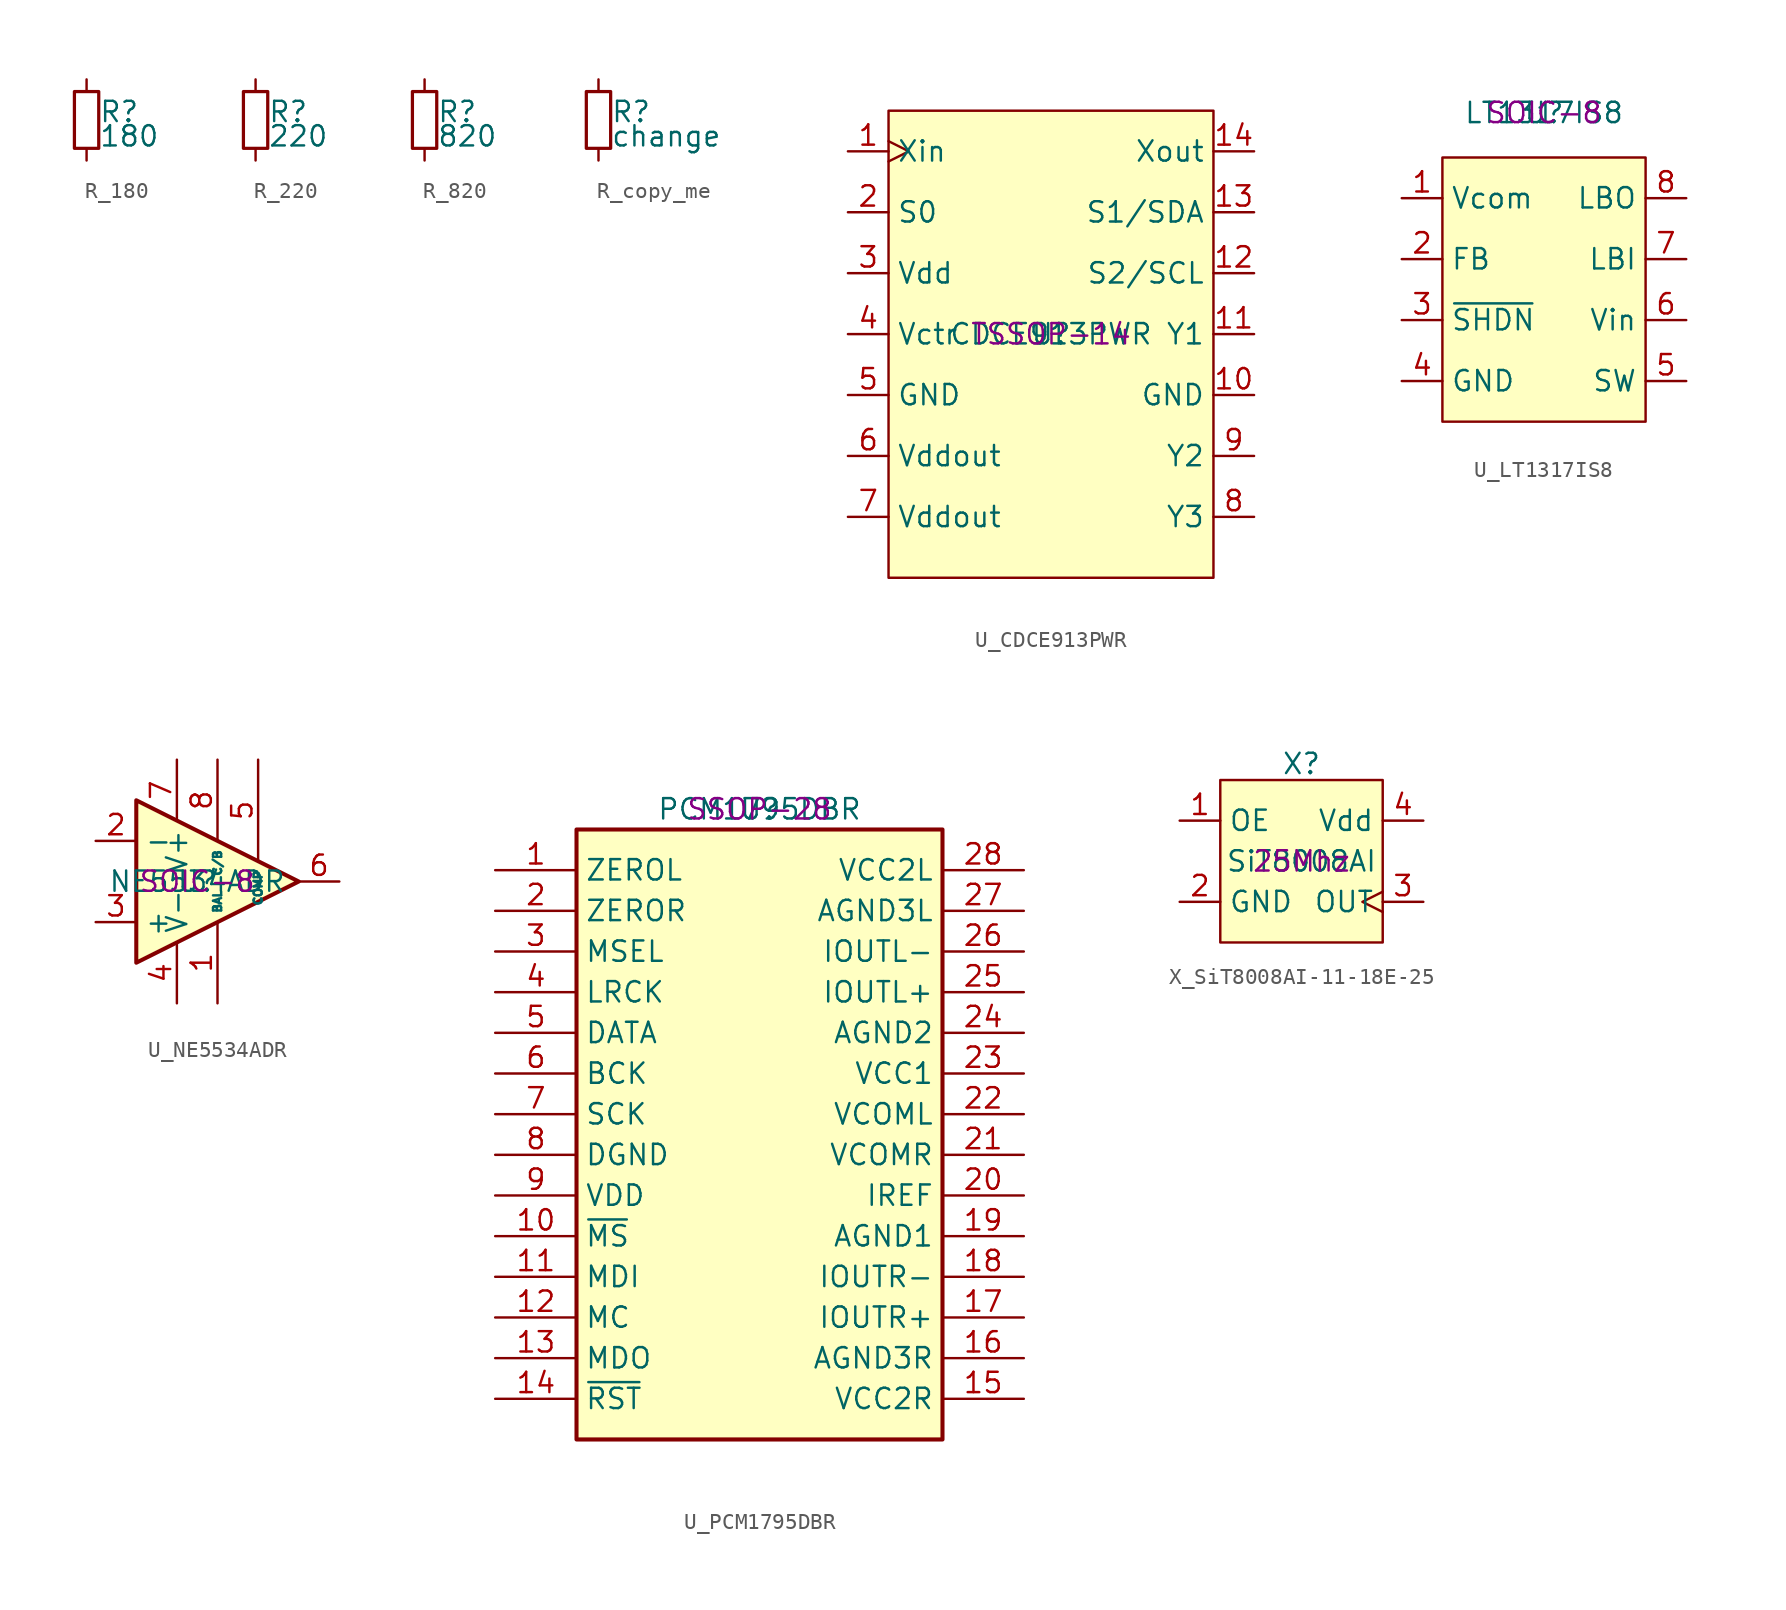
<source format=kicad_sym>
(kicad_symbol_lib
  (version 20241209)
  (generator "kicad_symbol_editor")
  (generator_version "9.0")
  (symbol "R_180"
    (pin_numbers
      (hide yes))
    (pin_names
      (offset 0.254)
      (hide yes))
    (property "Reference" "R"
      (at 0.762 0.508 0)
      (effects (font (size 1.27 1.27)) (justify left)))
    (property "Value" "180"
      (at 0.762 -1.016 0)
      (effects (font (size 1.27 1.27)) (justify left)))
    (symbol "R_180_0_1"
      (rectangle (start -0.762 1.778) (end 0.762 -1.778) (stroke (width 0.203) (type default)) (fill (type none))))
    (symbol "R_180_1_1"
      (pin passive line (at 0 2.54 270) (length 0.762) (name "~" (effects (font (size 1.27 1.27)))) (number "1" (effects (font (size 1.27 1.27)))))
      (pin passive line (at 0 -2.54 90) (length 0.762) (name "~" (effects (font (size 1.27 1.27)))) (number "2" (effects (font (size 1.27 1.27)))))))
  (symbol "R_220"
    (pin_numbers
      (hide yes))
    (pin_names
      (offset 0.254)
      (hide yes))
    (property "Reference" "R"
      (at 0.762 0.508 0)
      (effects (font (size 1.27 1.27)) (justify left)))
    (property "Value" "220"
      (at 0.762 -1.016 0)
      (effects (font (size 1.27 1.27)) (justify left)))
    (symbol "R_220_0_1"
      (rectangle (start -0.762 1.778) (end 0.762 -1.778) (stroke (width 0.203) (type default)) (fill (type none))))
    (symbol "R_220_1_1"
      (pin passive line (at 0 2.54 270) (length 0.762) (name "~" (effects (font (size 1.27 1.27)))) (number "1" (effects (font (size 1.27 1.27)))))
      (pin passive line (at 0 -2.54 90) (length 0.762) (name "~" (effects (font (size 1.27 1.27)))) (number "2" (effects (font (size 1.27 1.27)))))))
  (symbol "R_820"
    (pin_numbers
      (hide yes))
    (pin_names
      (offset 0.254)
      (hide yes))
    (property "Reference" "R"
      (at 0.762 0.508 0)
      (effects (font (size 1.27 1.27)) (justify left)))
    (property "Value" "820"
      (at 0.762 -1.016 0)
      (effects (font (size 1.27 1.27)) (justify left)))
    (symbol "R_820_0_1"
      (rectangle (start -0.762 1.778) (end 0.762 -1.778) (stroke (width 0.203) (type default)) (fill (type none))))
    (symbol "R_820_1_1"
      (pin passive line (at 0 2.54 270) (length 0.762) (name "~" (effects (font (size 1.27 1.27)))) (number "1" (effects (font (size 1.27 1.27)))))
      (pin passive line (at 0 -2.54 90) (length 0.762) (name "~" (effects (font (size 1.27 1.27)))) (number "2" (effects (font (size 1.27 1.27)))))))
  (symbol "R_copy_me"
    (pin_numbers
      (hide yes))
    (pin_names
      (offset 0.254)
      (hide yes))
    (property "Reference" "R"
      (at 0.762 0.508 0)
      (effects (font (size 1.27 1.27)) (justify left)))
    (property "Value" "change"
      (at 0.762 -1.016 0)
      (effects (font (size 1.27 1.27)) (justify left)))
    (symbol "R_copy_me_0_1"
      (rectangle (start -0.762 1.778) (end 0.762 -1.778) (stroke (width 0.203) (type default)) (fill (type none))))
    (symbol "R_copy_me_1_1"
      (pin passive line (at 0 2.54 270) (length 0.762) (name "~" (effects (font (size 1.27 1.27)))) (number "1" (effects (font (size 1.27 1.27)))))
      (pin passive line (at 0 -2.54 90) (length 0.762) (name "~" (effects (font (size 1.27 1.27)))) (number "2" (effects (font (size 1.27 1.27)))))))
  (symbol "U_CDCE913PWR"
    (property "Reference" "U"
      (at 0 0 0)
      (effects (font (size 1.27 1.27))))
    (property "Value" "CDCE913PWR"
      (at 0 0 0)
      (effects (font (size 1.27 1.27))))
    (property "Package" "TSSOP-14"
      (at 0 0 0)
      (effects (font (size 1.27 1.27))))
    (symbol "U_CDCE913PWR_1_1"
      (rectangle (start -10.16 13.97) (end 10.16 -15.24) (stroke (width 0) (type solid)) (fill (type background)))
      (pin input clock (at -12.7 11.43 0) (length 2.54) (name "Xin" (effects (font (size 1.27 1.27)))) (number "1" (effects (font (size 1.27 1.27)))))
      (pin input line (at -12.7 7.62 0) (length 2.54) (name "S0" (effects (font (size 1.27 1.27)))) (number "2" (effects (font (size 1.27 1.27)))))
      (pin power_in line (at -12.7 3.81 0) (length 2.54) (name "Vdd" (effects (font (size 1.27 1.27)))) (number "3" (effects (font (size 1.27 1.27)))))
      (pin input line (at -12.7 0 0) (length 2.54) (name "Vctr" (effects (font (size 1.27 1.27)))) (number "4" (effects (font (size 1.27 1.27)))))
      (pin power_in line (at -12.7 -3.81 0) (length 2.54) (name "GND" (effects (font (size 1.27 1.27)))) (number "5" (effects (font (size 1.27 1.27)))))
      (pin power_in line (at -12.7 -7.62 0) (length 2.54) (name "Vddout" (effects (font (size 1.27 1.27)))) (number "6" (effects (font (size 1.27 1.27)))))
      (pin power_in line (at -12.7 -11.43 0) (length 2.54) (name "Vddout" (effects (font (size 1.27 1.27)))) (number "7" (effects (font (size 1.27 1.27)))))
      (pin output line (at 12.7 11.43 180) (length 2.54) (name "Xout" (effects (font (size 1.27 1.27)))) (number "14" (effects (font (size 1.27 1.27)))))
      (pin input line (at 12.7 7.62 180) (length 2.54) (name "S1/SDA" (effects (font (size 1.27 1.27)))) (number "13" (effects (font (size 1.27 1.27)))))
      (pin input line (at 12.7 3.81 180) (length 2.54) (name "S2/SCL" (effects (font (size 1.27 1.27)))) (number "12" (effects (font (size 1.27 1.27)))))
      (pin output line (at 12.7 0 180) (length 2.54) (name "Y1" (effects (font (size 1.27 1.27)))) (number "11" (effects (font (size 1.27 1.27)))))
      (pin power_in line (at 12.7 -3.81 180) (length 2.54) (name "GND" (effects (font (size 1.27 1.27)))) (number "10" (effects (font (size 1.27 1.27)))))
      (pin output line (at 12.7 -7.62 180) (length 2.54) (name "Y2" (effects (font (size 1.27 1.27)))) (number "9" (effects (font (size 1.27 1.27)))))
      (pin output line (at 12.7 -11.43 180) (length 2.54) (name "Y3" (effects (font (size 1.27 1.27)))) (number "8" (effects (font (size 1.27 1.27)))))))
  (symbol "U_LT1317IS8"
    (property "Reference" "U"
      (at 0 11.684 0)
      (effects (font (size 1.27 1.27))))
    (property "Value" "LT1317IS8"
      (at 0 11.684 0)
      (effects (font (size 1.27 1.27))))
    (property "Package" "SOIC-8"
      (at 0 11.684 0)
      (effects (font (size 1.27 1.27))))
    (symbol "U_LT1317IS8_1_1"
      (rectangle (start -6.35 8.89) (end 6.35 -7.62) (stroke (width 0) (type solid)) (fill (type background)))
      (pin power_in line (at -8.89 6.35 0) (length 2.54) (name "Vcom" (effects (font (size 1.27 1.27)))) (number "1" (effects (font (size 1.27 1.27)))))
      (pin input line (at -8.89 2.54 0) (length 2.54) (name "FB" (effects (font (size 1.27 1.27)))) (number "2" (effects (font (size 1.27 1.27)))))
      (pin input line (at -8.89 -1.27 0) (length 2.54) (name "~{SHDN}" (effects (font (size 1.27 1.27)))) (number "3" (effects (font (size 1.27 1.27)))))
      (pin power_in line (at -8.89 -5.08 0) (length 2.54) (name "GND" (effects (font (size 1.27 1.27)))) (number "4" (effects (font (size 1.27 1.27)))))
      (pin output line (at 8.89 6.35 180) (length 2.54) (name "LBO" (effects (font (size 1.27 1.27)))) (number "8" (effects (font (size 1.27 1.27)))))
      (pin input line (at 8.89 2.54 180) (length 2.54) (name "LBI" (effects (font (size 1.27 1.27)))) (number "7" (effects (font (size 1.27 1.27)))))
      (pin power_in line (at 8.89 -1.27 180) (length 2.54) (name "Vin" (effects (font (size 1.27 1.27)))) (number "6" (effects (font (size 1.27 1.27)))))
      (pin power_out line (at 8.89 -5.08 180) (length 2.54) (name "SW" (effects (font (size 1.27 1.27)))) (number "5" (effects (font (size 1.27 1.27)))))))
  (symbol "U_NE5534ADR"
    (property "Reference" "U"
      (at 0 0 0)
      (effects (font (size 1.27 1.27))))
    (property "Value" "NE5534ADR"
      (at 0 0 0)
      (effects (font (size 1.27 1.27))))
    (property "Package" "SOIC-8"
      (at 0 0 0)
      (effects (font (size 1.27 1.27))))
    (symbol "U_NE5534ADR_0_1"
      (polyline (pts (xy -3.81 5.08) (xy 6.35 0) (xy -3.81 -5.08) (xy -3.81 5.08)) (stroke (width 0.254) (type default)) (fill (type background))))
    (symbol "U_NE5534ADR_1_1"
      (pin input line (at -6.35 2.54 0) (length 2.54) (name "-" (effects (font (size 1.27 1.27)))) (number "2" (effects (font (size 1.27 1.27)))))
      (pin input line (at -6.35 -2.54 0) (length 2.54) (name "+" (effects (font (size 1.27 1.27)))) (number "3" (effects (font (size 1.27 1.27)))))
      (pin power_in line (at -1.27 7.62 270) (length 3.81) (name "V+" (effects (font (size 1.27 1.27)))) (number "7" (effects (font (size 1.27 1.27)))))
      (pin power_in line (at -1.27 -7.62 90) (length 3.81) (name "V-" (effects (font (size 1.27 1.27)))) (number "4" (effects (font (size 1.27 1.27)))))
      (pin input line (at 1.27 7.62 270) (length 5.08) (name "C/B" (effects (font (size 0.508 0.508)))) (number "8" (effects (font (size 1.27 1.27)))))
      (pin input line (at 1.27 -7.62 90) (length 5.08) (name "BAL" (effects (font (size 0.508 0.508)))) (number "1" (effects (font (size 1.27 1.27)))))
      (pin input line (at 3.81 7.62 270) (length 6.35) (name "COMP" (effects (font (size 0.508 0.508)))) (number "5" (effects (font (size 1.27 1.27)))))
      (pin output line (at 8.89 0 180) (length 2.54) (name "~" (effects (font (size 1.27 1.27)))) (number "6" (effects (font (size 1.27 1.27)))))))
  (symbol "U_PCM1795DBR"
    (property "Reference" "U"
      (at 0 0 0)
      (effects (font (size 1.27 1.27))))
    (property "Value" "PCM1795DBR"
      (at 0 0 0)
      (effects (font (size 1.27 1.27))))
    (property "Package" "SSOP-28"
      (at 0 0 0)
      (effects (font (size 1.27 1.27))))
    (symbol "U_PCM1795DBR_1_1"
      (rectangle (start -11.43 -1.27) (end 11.43 -39.37) (stroke (width 0.254) (type default)) (fill (type background)))
      (pin output line (at -16.51 -3.81 0) (length 5.08) (name "ZEROL" (effects (font (size 1.27 1.27)))) (number "1" (effects (font (size 1.27 1.27)))))
      (pin output line (at -16.51 -6.35 0) (length 5.08) (name "ZEROR" (effects (font (size 1.27 1.27)))) (number "2" (effects (font (size 1.27 1.27)))))
      (pin input line (at -16.51 -8.89 0) (length 5.08) (name "MSEL" (effects (font (size 1.27 1.27)))) (number "3" (effects (font (size 1.27 1.27)))))
      (pin input line (at -16.51 -11.43 0) (length 5.08) (name "LRCK" (effects (font (size 1.27 1.27)))) (number "4" (effects (font (size 1.27 1.27)))))
      (pin input line (at -16.51 -13.97 0) (length 5.08) (name "DATA" (effects (font (size 1.27 1.27)))) (number "5" (effects (font (size 1.27 1.27)))))
      (pin input line (at -16.51 -16.51 0) (length 5.08) (name "BCK" (effects (font (size 1.27 1.27)))) (number "6" (effects (font (size 1.27 1.27)))))
      (pin input line (at -16.51 -19.05 0) (length 5.08) (name "SCK" (effects (font (size 1.27 1.27)))) (number "7" (effects (font (size 1.27 1.27)))))
      (pin power_in line (at -16.51 -21.59 0) (length 5.08) (name "DGND" (effects (font (size 1.27 1.27)))) (number "8" (effects (font (size 1.27 1.27)))))
      (pin power_in line (at -16.51 -24.13 0) (length 5.08) (name "VDD" (effects (font (size 1.27 1.27)))) (number "9" (effects (font (size 1.27 1.27)))))
      (pin bidirectional line (at -16.51 -26.67 0) (length 5.08) (name "~{MS}" (effects (font (size 1.27 1.27)))) (number "10" (effects (font (size 1.27 1.27)))))
      (pin input line (at -16.51 -29.21 0) (length 5.08) (name "MDI" (effects (font (size 1.27 1.27)))) (number "11" (effects (font (size 1.27 1.27)))))
      (pin input line (at -16.51 -31.75 0) (length 5.08) (name "MC" (effects (font (size 1.27 1.27)))) (number "12" (effects (font (size 1.27 1.27)))))
      (pin bidirectional line (at -16.51 -34.29 0) (length 5.08) (name "MDO" (effects (font (size 1.27 1.27)))) (number "13" (effects (font (size 1.27 1.27)))))
      (pin input line (at -16.51 -36.83 0) (length 5.08) (name "~{RST}" (effects (font (size 1.27 1.27)))) (number "14" (effects (font (size 1.27 1.27)))))
      (pin power_in line (at 16.51 -3.81 180) (length 5.08) (name "VCC2L" (effects (font (size 1.27 1.27)))) (number "28" (effects (font (size 1.27 1.27)))))
      (pin power_in line (at 16.51 -6.35 180) (length 5.08) (name "AGND3L" (effects (font (size 1.27 1.27)))) (number "27" (effects (font (size 1.27 1.27)))))
      (pin output line (at 16.51 -8.89 180) (length 5.08) (name "IOUTL-" (effects (font (size 1.27 1.27)))) (number "26" (effects (font (size 1.27 1.27)))))
      (pin output line (at 16.51 -11.43 180) (length 5.08) (name "IOUTL+" (effects (font (size 1.27 1.27)))) (number "25" (effects (font (size 1.27 1.27)))))
      (pin power_in line (at 16.51 -13.97 180) (length 5.08) (name "AGND2" (effects (font (size 1.27 1.27)))) (number "24" (effects (font (size 1.27 1.27)))))
      (pin power_in line (at 16.51 -16.51 180) (length 5.08) (name "VCC1" (effects (font (size 1.27 1.27)))) (number "23" (effects (font (size 1.27 1.27)))))
      (pin input line (at 16.51 -19.05 180) (length 5.08) (name "VCOML" (effects (font (size 1.27 1.27)))) (number "22" (effects (font (size 1.27 1.27)))))
      (pin input line (at 16.51 -21.59 180) (length 5.08) (name "VCOMR" (effects (font (size 1.27 1.27)))) (number "21" (effects (font (size 1.27 1.27)))))
      (pin input line (at 16.51 -24.13 180) (length 5.08) (name "IREF" (effects (font (size 1.27 1.27)))) (number "20" (effects (font (size 1.27 1.27)))))
      (pin power_in line (at 16.51 -26.67 180) (length 5.08) (name "AGND1" (effects (font (size 1.27 1.27)))) (number "19" (effects (font (size 1.27 1.27)))))
      (pin output line (at 16.51 -29.21 180) (length 5.08) (name "IOUTR-" (effects (font (size 1.27 1.27)))) (number "18" (effects (font (size 1.27 1.27)))))
      (pin output line (at 16.51 -31.75 180) (length 5.08) (name "IOUTR+" (effects (font (size 1.27 1.27)))) (number "17" (effects (font (size 1.27 1.27)))))
      (pin power_in line (at 16.51 -34.29 180) (length 5.08) (name "AGND3R" (effects (font (size 1.27 1.27)))) (number "16" (effects (font (size 1.27 1.27)))))
      (pin power_in line (at 16.51 -36.83 180) (length 5.08) (name "VCC2R" (effects (font (size 1.27 1.27)))) (number "15" (effects (font (size 1.27 1.27)))))))
  (symbol "X_SiT8008AI-11-18E-25"
    (property "Reference" "X"
      (at 0 6.096 0)
      (effects (font (size 1.27 1.27))))
    (property "Value" "SiT8008AI"
      (at 0 0 0)
      (effects (font (size 1.27 1.27))))
    (property "Clock Frequency" "25Mhz"
      (at 0 0 0)
      (effects (font (size 1.27 1.27))))
    (symbol "X_SiT8008AI-11-18E-25_1_1"
      (rectangle (start -5.08 5.08) (end 5.08 -5.08) (stroke (width 0) (type solid)) (fill (type background)))
      (pin input line (at -7.62 2.54 0) (length 2.54) (name "OE" (effects (font (size 1.27 1.27)))) (number "1" (effects (font (size 1.27 1.27)))))
      (pin power_in line (at -7.62 -2.54 0) (length 2.54) (name "GND" (effects (font (size 1.27 1.27)))) (number "2" (effects (font (size 1.27 1.27)))))
      (pin power_in line (at 7.62 2.54 180) (length 2.54) (name "Vdd" (effects (font (size 1.27 1.27)))) (number "4" (effects (font (size 1.27 1.27)))))
      (pin output clock (at 7.62 -2.54 180) (length 2.54) (name "OUT" (effects (font (size 1.27 1.27)))) (number "3" (effects (font (size 1.27 1.27))))))))
</source>
